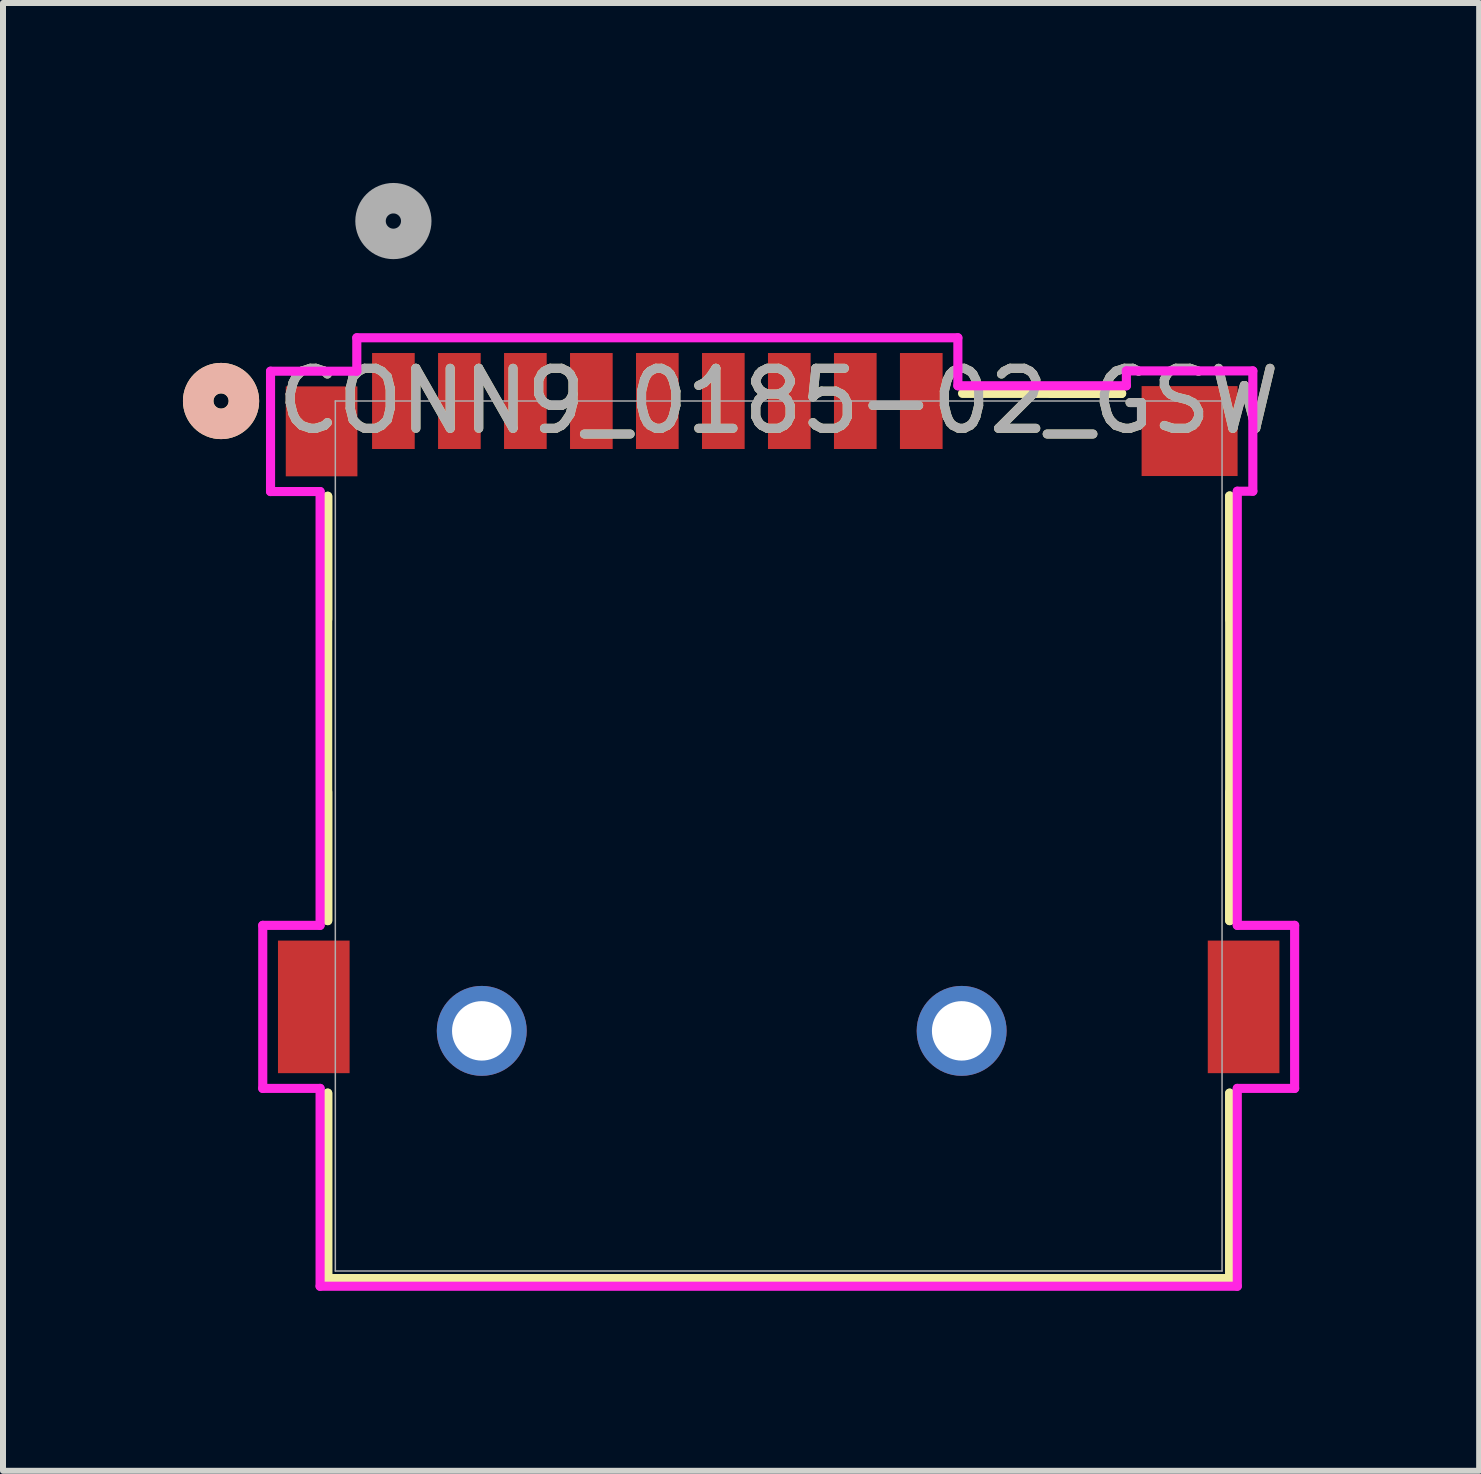
<source format=kicad_pcb>
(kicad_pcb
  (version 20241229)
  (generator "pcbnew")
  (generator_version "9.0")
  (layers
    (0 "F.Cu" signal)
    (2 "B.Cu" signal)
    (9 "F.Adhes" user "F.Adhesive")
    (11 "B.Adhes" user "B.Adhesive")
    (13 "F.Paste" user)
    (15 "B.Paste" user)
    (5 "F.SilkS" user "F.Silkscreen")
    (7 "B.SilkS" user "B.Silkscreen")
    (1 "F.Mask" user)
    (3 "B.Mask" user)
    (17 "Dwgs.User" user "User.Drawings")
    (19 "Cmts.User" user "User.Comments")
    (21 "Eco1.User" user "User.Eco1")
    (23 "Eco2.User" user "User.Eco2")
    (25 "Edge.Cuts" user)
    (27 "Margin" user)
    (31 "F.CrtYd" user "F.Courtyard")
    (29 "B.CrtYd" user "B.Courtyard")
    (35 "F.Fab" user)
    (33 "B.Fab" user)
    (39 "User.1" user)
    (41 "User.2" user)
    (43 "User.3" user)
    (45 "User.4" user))
  (footprint "CONN9_0185-02_GSW"
    (layer "F.Cu")
    (at 3.508 3.635)
    (property "Reference" "CONN9_0185-02_GSW" (at 6.423 0 0) (unlocked yes) (layer "F.SilkS") (effects (font (size 1 1) (thickness 0.15))))
    (attr smd)
    (fp_line (start -1.095 1.588) (end -1.095 3.642) (stroke (width 0.152) (type solid)) (layer "F.SilkS"))
    (fp_line (start -1.095 6.518) (end -1.095 8.662) (stroke (width 0.152) (type solid)) (layer "F.SilkS"))
    (fp_line (start -1.095 8.662) (end -1.095 1.588) (stroke (width 0.152) (type solid)) (layer "F.SilkS"))
    (fp_line (start -1.095 11.538) (end -1.095 14.63) (stroke (width 0.152) (type solid)) (layer "F.SilkS"))
    (fp_line (start -1.095 14.63) (end -1.095 11.538) (stroke (width 0.152) (type solid)) (layer "F.SilkS"))
    (fp_line (start -1.095 14.63) (end 13.941 14.63) (stroke (width 0.152) (type solid)) (layer "F.SilkS"))
    (fp_line (start 9.488 -0.127) (end 12.14 -0.127) (stroke (width 0.152) (type solid)) (layer "F.SilkS"))
    (fp_line (start 12.14 -0.127) (end 10.961 -0.127) (stroke (width 0.152) (type solid)) (layer "F.SilkS"))
    (fp_line (start 13.941 1.583) (end 13.941 8.662) (stroke (width 0.152) (type solid)) (layer "F.SilkS"))
    (fp_line (start 13.941 3.642) (end 13.941 1.583) (stroke (width 0.152) (type solid)) (layer "F.SilkS"))
    (fp_line (start 13.941 8.662) (end 13.941 6.518) (stroke (width 0.152) (type solid)) (layer "F.SilkS"))
    (fp_line (start 13.941 11.538) (end 13.941 14.63) (stroke (width 0.152) (type solid)) (layer "F.SilkS"))
    (fp_line (start 13.941 14.63) (end -1.095 14.63) (stroke (width 0.152) (type solid)) (layer "F.SilkS"))
    (fp_line (start 13.941 14.63) (end 13.941 11.538) (stroke (width 0.152) (type solid)) (layer "F.SilkS"))
    (fp_circle (center -2.873 0) (end -2.492 0) (stroke (width 0.508) (type solid)) (fill no) (layer "F.SilkS"))
    (fp_circle (center -2.873 0) (end -2.492 0) (stroke (width 0.508) (type solid)) (fill no) (layer "B.SilkS"))
    (fp_line (start -2.178 8.741) (end -2.178 11.459) (stroke (width 0.152) (type solid)) (layer "F.CrtYd"))
    (fp_line (start -2.178 11.459) (end -1.222 11.459) (stroke (width 0.152) (type solid)) (layer "F.CrtYd"))
    (fp_line (start -2.048 -0.497) (end -2.048 1.509) (stroke (width 0.152) (type solid)) (layer "F.CrtYd"))
    (fp_line (start -2.048 1.509) (end -1.222 1.509) (stroke (width 0.152) (type solid)) (layer "F.CrtYd"))
    (fp_line (start -1.222 1.509) (end -1.222 8.741) (stroke (width 0.152) (type solid)) (layer "F.CrtYd"))
    (fp_line (start -1.222 8.741) (end -2.178 8.741) (stroke (width 0.152) (type solid)) (layer "F.CrtYd"))
    (fp_line (start -1.222 11.459) (end -1.222 14.757) (stroke (width 0.152) (type solid)) (layer "F.CrtYd"))
    (fp_line (start -1.222 14.757) (end 14.068 14.757) (stroke (width 0.152) (type solid)) (layer "F.CrtYd"))
    (fp_line (start -0.61 -1.054) (end -0.61 -0.497) (stroke (width 0.152) (type solid)) (layer "F.CrtYd"))
    (fp_line (start -0.61 -0.497) (end -2.048 -0.497) (stroke (width 0.152) (type solid)) (layer "F.CrtYd"))
    (fp_line (start 9.41 -1.054) (end -0.61 -1.054) (stroke (width 0.152) (type solid)) (layer "F.CrtYd"))
    (fp_line (start 9.41 -0.254) (end 9.41 -1.054) (stroke (width 0.152) (type solid)) (layer "F.CrtYd"))
    (fp_line (start 12.219 -0.502) (end 12.219 -0.254) (stroke (width 0.152) (type solid)) (layer "F.CrtYd"))
    (fp_line (start 12.219 -0.254) (end 9.41 -0.254) (stroke (width 0.152) (type solid)) (layer "F.CrtYd"))
    (fp_line (start 14.068 1.504) (end 14.327 1.504) (stroke (width 0.152) (type solid)) (layer "F.CrtYd"))
    (fp_line (start 14.068 8.741) (end 14.068 1.504) (stroke (width 0.152) (type solid)) (layer "F.CrtYd"))
    (fp_line (start 14.068 11.459) (end 15.024 11.459) (stroke (width 0.152) (type solid)) (layer "F.CrtYd"))
    (fp_line (start 14.068 14.757) (end 14.068 11.459) (stroke (width 0.152) (type solid)) (layer "F.CrtYd"))
    (fp_line (start 14.327 -0.502) (end 12.219 -0.502) (stroke (width 0.152) (type solid)) (layer "F.CrtYd"))
    (fp_line (start 14.327 1.504) (end 14.327 -0.502) (stroke (width 0.152) (type solid)) (layer "F.CrtYd"))
    (fp_line (start 15.024 8.741) (end 14.068 8.741) (stroke (width 0.152) (type solid)) (layer "F.CrtYd"))
    (fp_line (start 15.024 11.459) (end 15.024 8.741) (stroke (width 0.152) (type solid)) (layer "F.CrtYd"))
    (fp_line (start -0.968 0) (end -0.968 14.503) (stroke (width 0.025) (type solid)) (layer "F.Fab"))
    (fp_line (start -0.968 14.503) (end 13.814 14.503) (stroke (width 0.025) (type solid)) (layer "F.Fab"))
    (fp_line (start 13.814 0) (end -0.968 0) (stroke (width 0.025) (type solid)) (layer "F.Fab"))
    (fp_line (start 13.814 14.503) (end 13.814 0) (stroke (width 0.025) (type solid)) (layer "F.Fab"))
    (fp_circle (center 0 -3) (end 0.381 -3) (stroke (width 0.508) (type solid)) (fill no) (layer "F.Fab"))
    (fp_text user "${REFERENCE}" (at 6.423 0 0) (unlocked yes) (layer "F.Fab") (effects (font (size 1 1) (thickness 0.15))))
    (pad "1" smd rect (at 0 0) (size 0.711 1.6) (layers "F.Cu" "F.Mask" "F.Paste"))
    (pad "2" smd rect (at 1.1 0) (size 0.711 1.6) (layers "F.Cu" "F.Mask" "F.Paste"))
    (pad "3" smd rect (at 2.2 0) (size 0.711 1.6) (layers "F.Cu" "F.Mask" "F.Paste"))
    (pad "4" smd rect (at 3.3 0) (size 0.711 1.6) (layers "F.Cu" "F.Mask" "F.Paste"))
    (pad "5" smd rect (at 4.4 0) (size 0.711 1.6) (layers "F.Cu" "F.Mask" "F.Paste"))
    (pad "6" smd rect (at 5.5 0) (size 0.711 1.6) (layers "F.Cu" "F.Mask" "F.Paste"))
    (pad "7" smd rect (at 6.6 0) (size 0.711 1.6) (layers "F.Cu" "F.Mask" "F.Paste"))
    (pad "8" smd rect (at 7.7 0) (size 0.711 1.6) (layers "F.Cu" "F.Mask" "F.Paste"))
    (pad "9" smd rect (at 8.8 0) (size 0.711 1.6) (layers "F.Cu" "F.Mask" "F.Paste"))
    (pad "10" thru_hole circle (at 1.473 10.5) (size 1.499 1.499) (drill 0.991) (layers "*.Cu" "*.Mask"))
    (pad "11" thru_hole circle (at 9.473 10.5) (size 1.499 1.499) (drill 0.991) (layers "*.Cu" "*.Mask"))
    (pad "12" smd rect (at -1.197 0.506) (size 1.194 1.499) (layers "F.Cu" "F.Mask" "F.Paste"))
    (pad "13" smd rect (at -1.327 10.1) (size 1.194 2.21) (layers "F.Cu" "F.Mask" "F.Paste"))
    (pad "14" smd rect (at 13.273 0.501) (size 1.6 1.499) (layers "F.Cu" "F.Mask" "F.Paste"))
    (pad "15" smd rect (at 14.173 10.1) (size 1.194 2.21) (layers "F.Cu" "F.Mask" "F.Paste")))
  (gr_rect
    (start -3 -3)
    (end 21.608 21.469)
    (stroke (width 0.1) (type default))
    (fill no)
    (layer "Edge.Cuts")))
</source>
